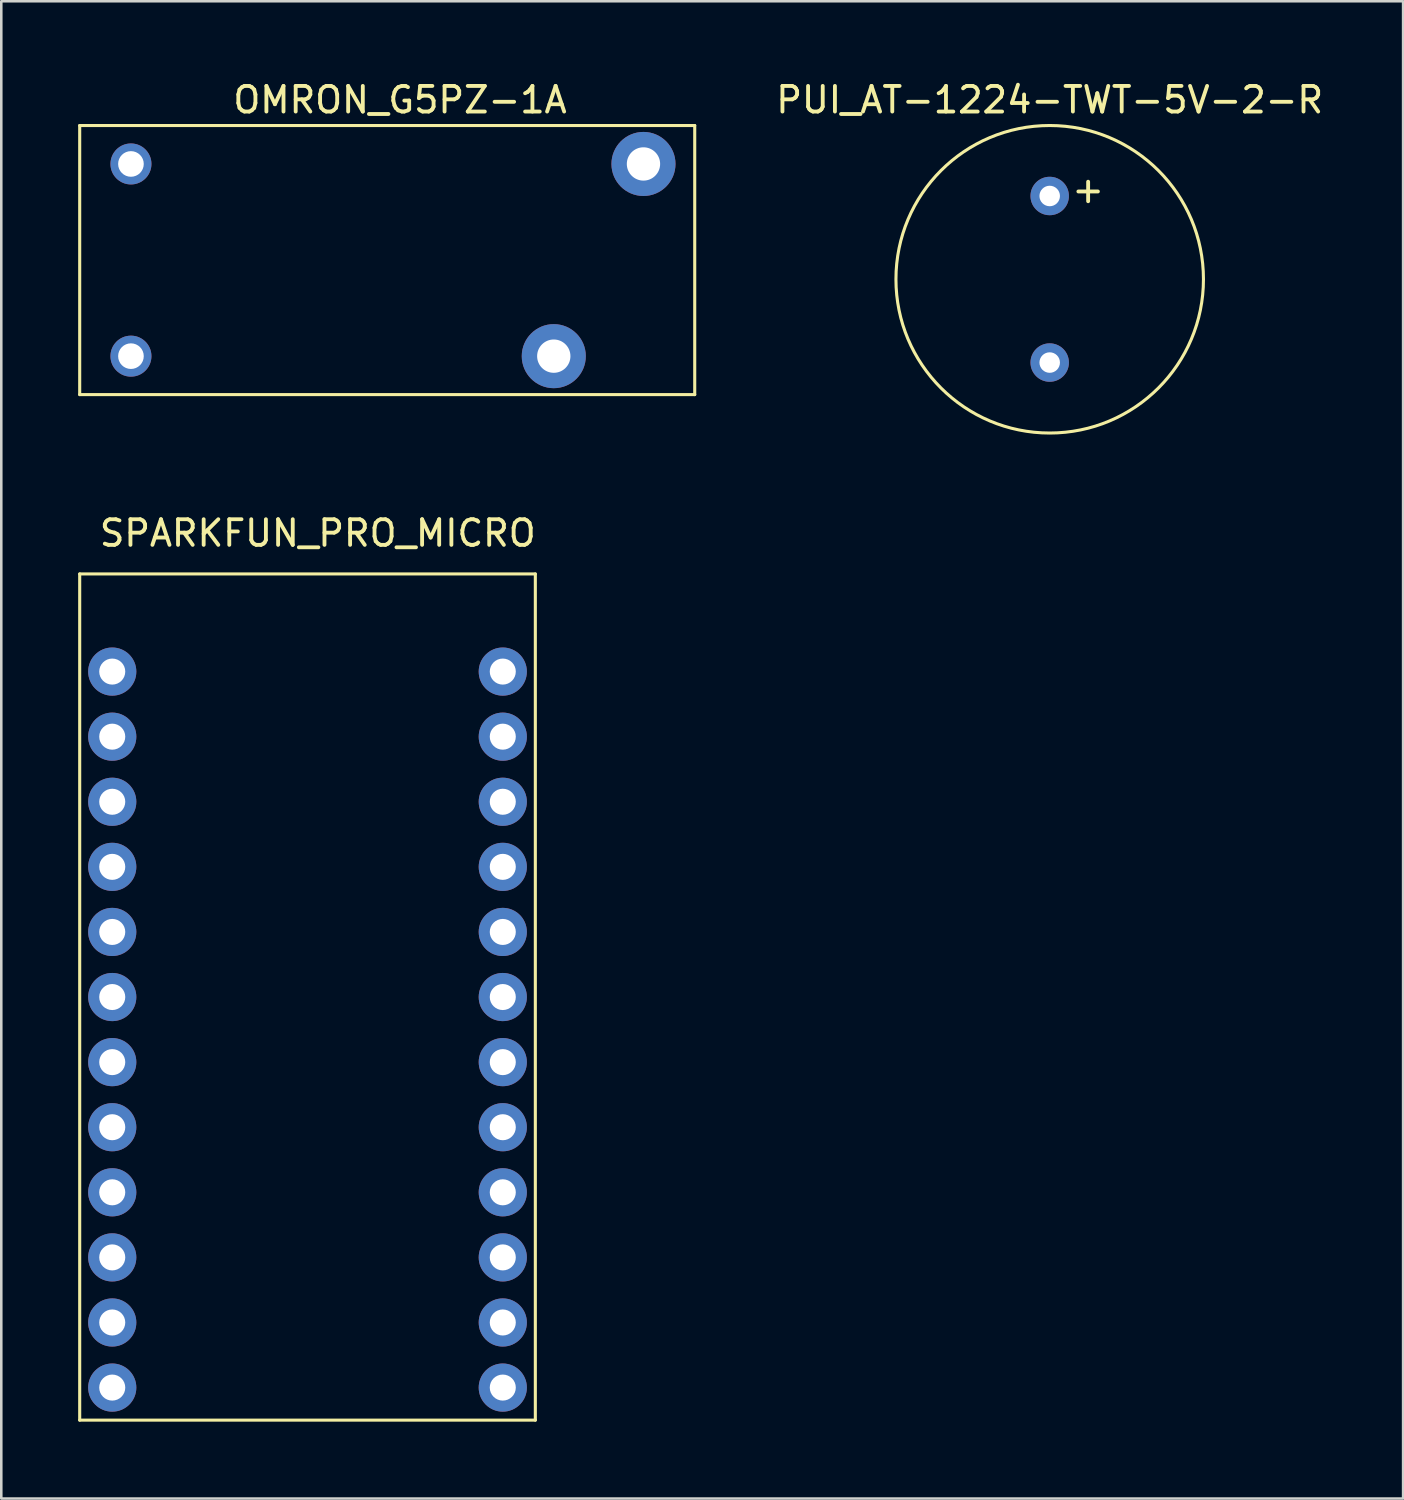
<source format=kicad_pcb>
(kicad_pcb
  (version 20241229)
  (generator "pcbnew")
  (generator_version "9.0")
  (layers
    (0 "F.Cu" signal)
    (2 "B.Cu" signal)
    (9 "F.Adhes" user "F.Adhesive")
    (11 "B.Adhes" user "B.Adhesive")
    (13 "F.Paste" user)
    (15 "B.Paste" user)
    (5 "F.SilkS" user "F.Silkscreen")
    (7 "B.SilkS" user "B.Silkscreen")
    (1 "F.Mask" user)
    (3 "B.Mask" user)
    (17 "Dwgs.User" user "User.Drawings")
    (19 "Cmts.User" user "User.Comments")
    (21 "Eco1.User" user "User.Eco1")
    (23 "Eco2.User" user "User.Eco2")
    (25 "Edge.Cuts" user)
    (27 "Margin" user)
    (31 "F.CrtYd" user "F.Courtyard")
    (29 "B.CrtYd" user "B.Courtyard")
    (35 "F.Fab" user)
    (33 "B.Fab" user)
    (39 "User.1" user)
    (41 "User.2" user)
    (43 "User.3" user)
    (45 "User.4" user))
  (footprint "PUI_AT-1224-TWT-5V-2-R"
    (layer "F.Cu")
    (at 37.912 7.848)
    (property "Reference" "PUI_AT-1224-TWT-5V-2-R" (at 0 -7 0) (layer "F.SilkS") (effects (font (size 1 1) (thickness 0.15))))
    (attr through_hole)
    (fp_circle (center 0 0) (end 6 0) (stroke (width 0.12) (type solid)) (fill no) (layer "F.SilkS"))
    (fp_text user "+" (at 1.5 -3.5 0) (layer "F.SilkS") (effects (font (size 1 1) (thickness 0.15))))
    (pad "1" thru_hole circle (at 0 -3.25) (size 1.5 1.5) (drill 0.8) (layers "*.Cu" "*.Mask"))
    (pad "2" thru_hole circle (at 0 3.25) (size 1.5 1.5) (drill 0.8) (layers "*.Cu" "*.Mask")))
  (footprint "SPARKFUN_PRO_MICRO"
    (layer "F.Cu")
    (at 8.95 23.157)
    (property "Reference" "SPARKFUN_PRO_MICRO" (at 0.4 -5.4 0) (layer "F.SilkS") (effects (font (size 1 1) (thickness 0.15))))
    (attr through_hole)
    (fp_line (start -8.89 -3.81) (end -8.89 29.21) (stroke (width 0.12) (type solid)) (layer "F.SilkS"))
    (fp_line (start -8.89 29.21) (end 8.89 29.21) (stroke (width 0.12) (type solid)) (layer "F.SilkS"))
    (fp_line (start 8.89 -3.81) (end -8.89 -3.81) (stroke (width 0.12) (type solid)) (layer "F.SilkS"))
    (fp_line (start 8.89 29.21) (end 8.89 -3.81) (stroke (width 0.12) (type solid)) (layer "F.SilkS"))
    (pad "1" thru_hole circle (at -7.62 0) (size 1.88 1.88) (drill 1.016) (layers "*.Cu" "*.Mask"))
    (pad "2" thru_hole circle (at -7.62 2.54) (size 1.88 1.88) (drill 1.016) (layers "*.Cu" "*.Mask"))
    (pad "3" thru_hole circle (at -7.62 5.08) (size 1.88 1.88) (drill 1.016) (layers "*.Cu" "*.Mask"))
    (pad "4" thru_hole circle (at -7.62 7.62) (size 1.88 1.88) (drill 1.016) (layers "*.Cu" "*.Mask"))
    (pad "5" thru_hole circle (at -7.62 10.16) (size 1.88 1.88) (drill 1.016) (layers "*.Cu" "*.Mask"))
    (pad "6" thru_hole circle (at -7.62 12.7) (size 1.88 1.88) (drill 1.016) (layers "*.Cu" "*.Mask"))
    (pad "7" thru_hole circle (at -7.62 15.24) (size 1.88 1.88) (drill 1.016) (layers "*.Cu" "*.Mask"))
    (pad "8" thru_hole circle (at -7.62 17.78) (size 1.88 1.88) (drill 1.016) (layers "*.Cu" "*.Mask"))
    (pad "9" thru_hole circle (at -7.62 20.32) (size 1.88 1.88) (drill 1.016) (layers "*.Cu" "*.Mask"))
    (pad "10" thru_hole circle (at -7.62 22.86) (size 1.88 1.88) (drill 1.016) (layers "*.Cu" "*.Mask"))
    (pad "11" thru_hole circle (at -7.62 25.4) (size 1.88 1.88) (drill 1.016) (layers "*.Cu" "*.Mask"))
    (pad "12" thru_hole circle (at -7.62 27.94) (size 1.88 1.88) (drill 1.016) (layers "*.Cu" "*.Mask"))
    (pad "13" thru_hole circle (at 7.62 27.94) (size 1.88 1.88) (drill 1.016) (layers "*.Cu" "*.Mask"))
    (pad "14" thru_hole circle (at 7.62 25.4) (size 1.88 1.88) (drill 1.016) (layers "*.Cu" "*.Mask"))
    (pad "15" thru_hole circle (at 7.62 22.86) (size 1.88 1.88) (drill 1.016) (layers "*.Cu" "*.Mask"))
    (pad "16" thru_hole circle (at 7.62 20.32) (size 1.88 1.88) (drill 1.016) (layers "*.Cu" "*.Mask"))
    (pad "17" thru_hole circle (at 7.62 17.78) (size 1.88 1.88) (drill 1.016) (layers "*.Cu" "*.Mask"))
    (pad "18" thru_hole circle (at 7.62 15.24) (size 1.88 1.88) (drill 1.016) (layers "*.Cu" "*.Mask"))
    (pad "19" thru_hole circle (at 7.62 12.7) (size 1.88 1.88) (drill 1.016) (layers "*.Cu" "*.Mask"))
    (pad "20" thru_hole circle (at 7.62 10.16) (size 1.88 1.88) (drill 1.016) (layers "*.Cu" "*.Mask"))
    (pad "21" thru_hole circle (at 7.62 7.62) (size 1.88 1.88) (drill 1.016) (layers "*.Cu" "*.Mask"))
    (pad "22" thru_hole circle (at 7.62 5.08) (size 1.88 1.88) (drill 1.016) (layers "*.Cu" "*.Mask"))
    (pad "23" thru_hole circle (at 7.62 2.54) (size 1.88 1.88) (drill 1.016) (layers "*.Cu" "*.Mask"))
    (pad "24" thru_hole circle (at 7.62 0) (size 1.88 1.88) (drill 1.016) (layers "*.Cu" "*.Mask")))
  (footprint "OMRON_G5PZ-1A"
    (layer "F.Cu")
    (at 12.06 7.098)
    (property "Reference" "OMRON_G5PZ-1A" (at 0.5 -6.25 0) (layer "F.SilkS") (effects (font (size 1 1) (thickness 0.15))))
    (attr through_hole)
    (fp_line (start -12 -5.25) (end 12 -5.25) (stroke (width 0.12) (type solid)) (layer "F.SilkS"))
    (fp_line (start -12 5.25) (end -12 -5.25) (stroke (width 0.12) (type solid)) (layer "F.SilkS"))
    (fp_line (start 12 -5.25) (end 12 5.25) (stroke (width 0.12) (type solid)) (layer "F.SilkS"))
    (fp_line (start 12 5.25) (end -12 5.25) (stroke (width 0.12) (type solid)) (layer "F.SilkS"))
    (pad "1" thru_hole circle (at -10 -3.75) (size 1.6 1.6) (drill 1) (layers "*.Cu" "*.Mask"))
    (pad "3" thru_hole circle (at 10 -3.75) (size 2.5 2.5) (drill 1.3) (layers "*.Cu" "*.Mask"))
    (pad "5" thru_hole circle (at 6.5 3.75) (size 2.5 2.5) (drill 1.3) (layers "*.Cu" "*.Mask"))
    (pad "6" thru_hole circle (at -10 3.75) (size 1.6 1.6) (drill 1) (layers "*.Cu" "*.Mask")))
  (gr_rect
    (start -3 -3)
    (end 51.703 55.426)
    (stroke (width 0.1) (type default))
    (fill no)
    (layer "Edge.Cuts")))
</source>
